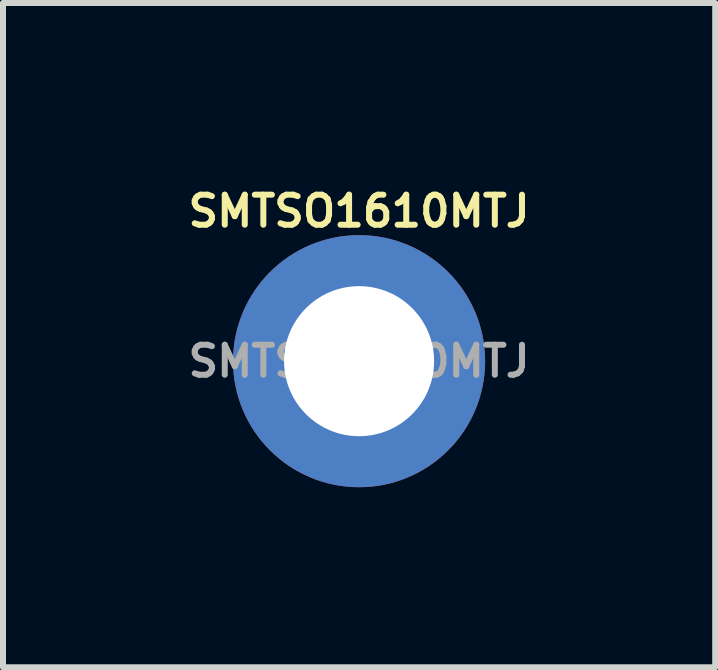
<source format=kicad_pcb>
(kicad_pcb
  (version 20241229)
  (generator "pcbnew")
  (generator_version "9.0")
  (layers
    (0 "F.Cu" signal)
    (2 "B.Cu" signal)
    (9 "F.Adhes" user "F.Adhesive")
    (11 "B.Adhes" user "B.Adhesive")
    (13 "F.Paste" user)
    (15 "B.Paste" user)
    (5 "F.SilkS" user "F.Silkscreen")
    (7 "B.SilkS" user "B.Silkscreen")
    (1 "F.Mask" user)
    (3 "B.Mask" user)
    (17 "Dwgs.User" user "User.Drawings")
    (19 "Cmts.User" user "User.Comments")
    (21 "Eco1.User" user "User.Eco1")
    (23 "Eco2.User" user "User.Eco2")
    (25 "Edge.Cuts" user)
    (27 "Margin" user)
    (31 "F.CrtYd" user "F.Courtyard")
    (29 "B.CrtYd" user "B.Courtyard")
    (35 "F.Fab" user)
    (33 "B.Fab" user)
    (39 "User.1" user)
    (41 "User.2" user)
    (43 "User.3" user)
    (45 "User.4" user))
  (footprint "SMTSO1610MTJ"
    (layer "F.Cu")
    (at 2.933 2.968)
    (property "Reference" "SMTSO1610MTJ" (at 0 -2.5 0) (unlocked yes) (layer "F.SilkS") (effects (font (size 0.5 0.5) (thickness 0.1))))
    (attr smd)
    (fp_text user "${REFERENCE}" (at 0 0 0) (unlocked yes) (layer "F.Fab") (effects (font (size 0.5 0.5) (thickness 0.1))))
    (pad "1" thru_hole circle (at 0 0) (size 4.2 4.2) (drill 2.5) (layers "*.Cu" "*.Mask")))
  (gr_rect
    (start -3 -3)
    (end 8.867 8.068)
    (stroke (width 0.1) (type default))
    (fill no)
    (layer "Edge.Cuts")))
</source>
